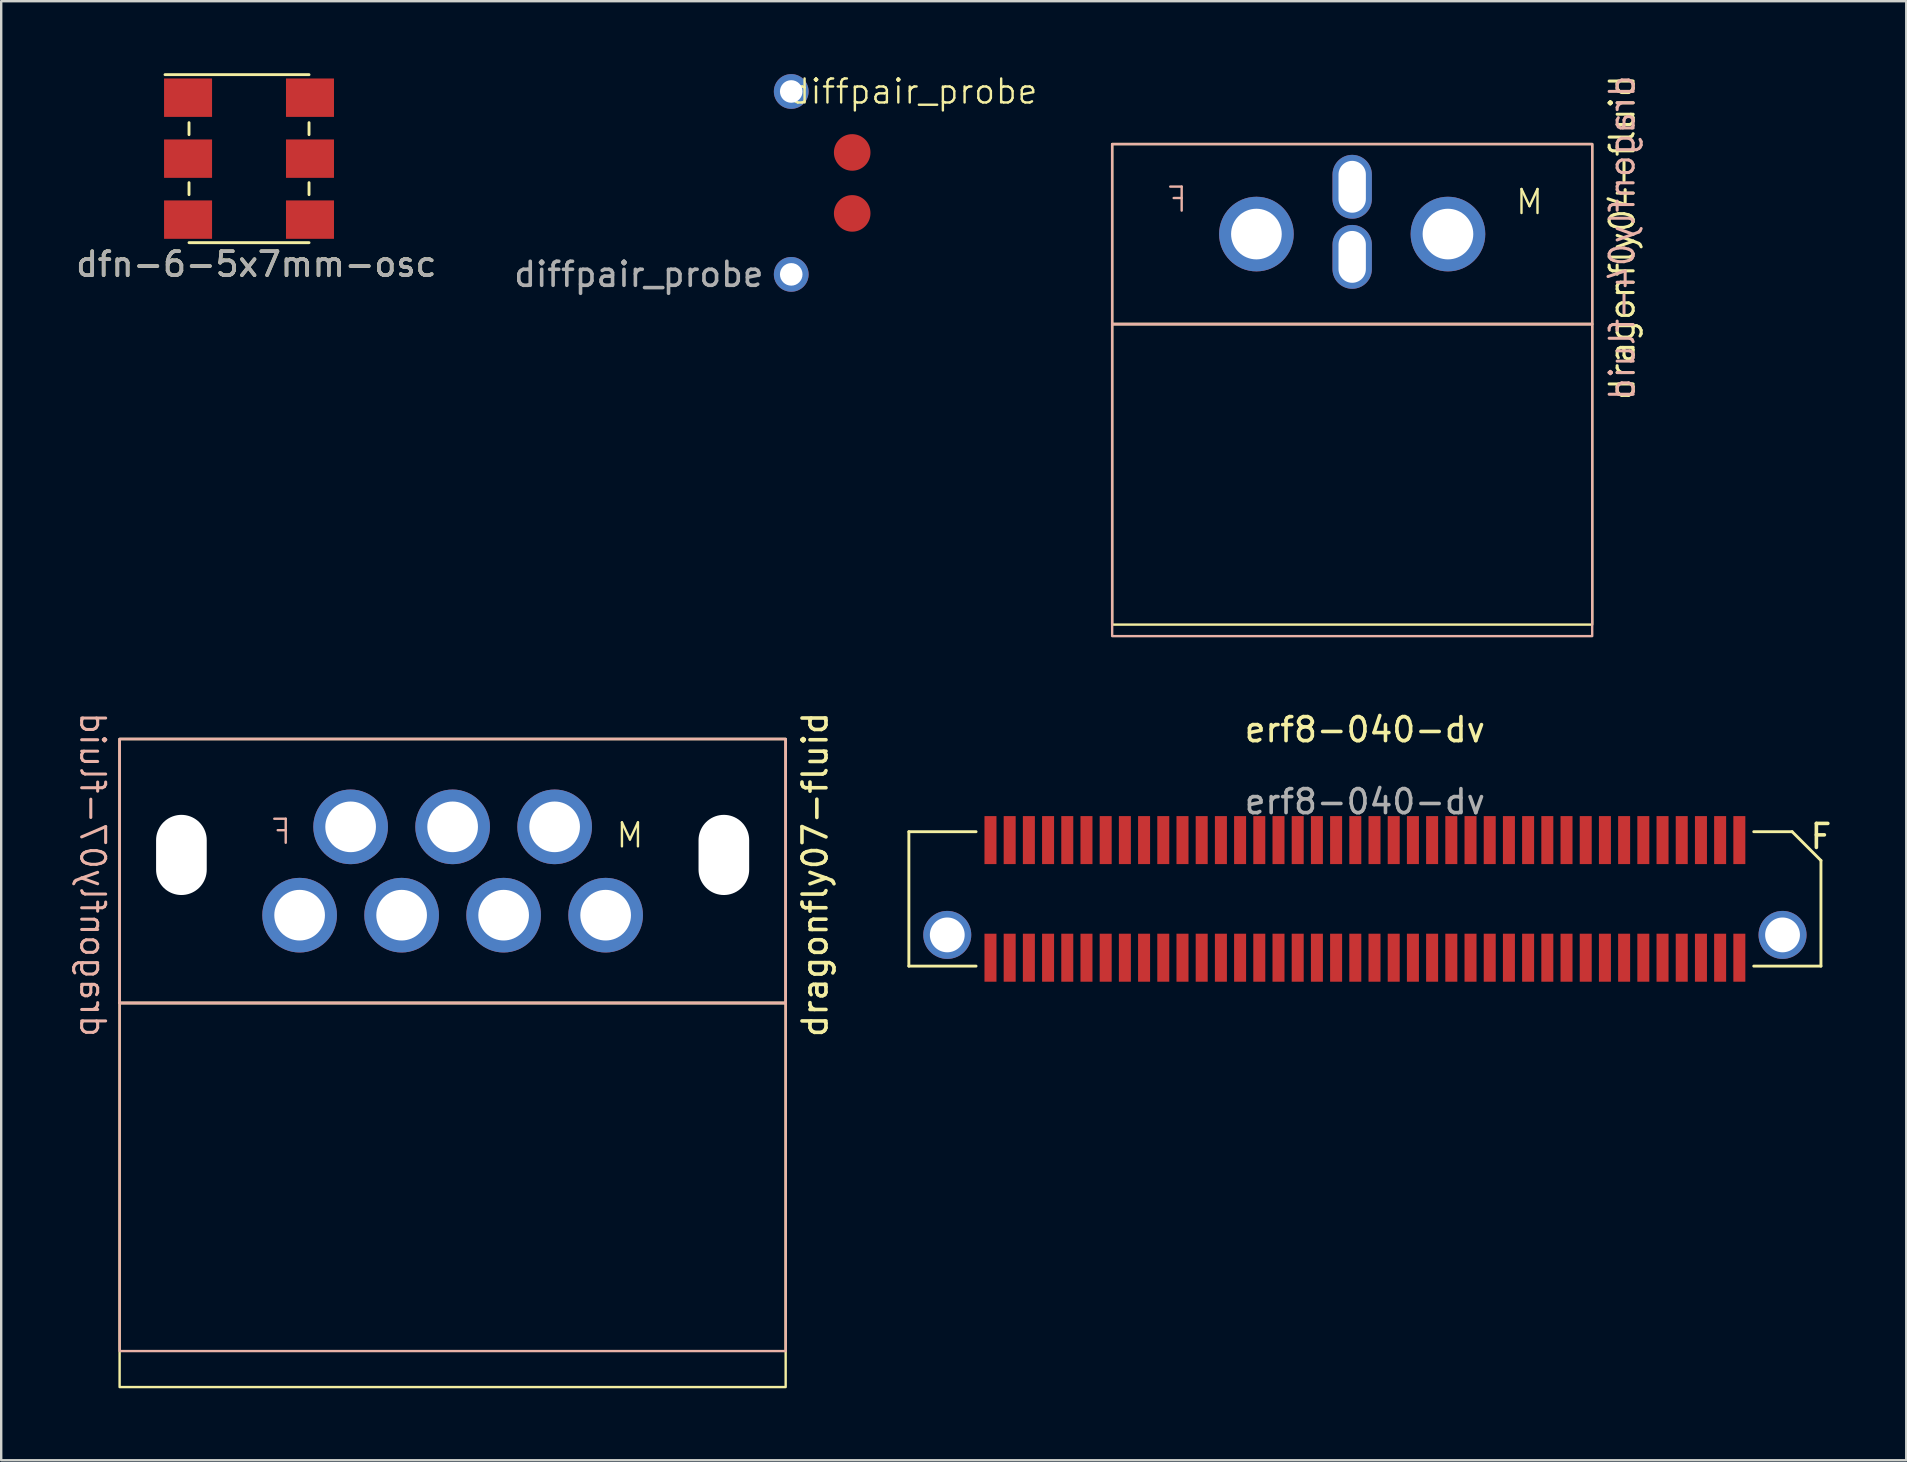
<source format=kicad_pcb>
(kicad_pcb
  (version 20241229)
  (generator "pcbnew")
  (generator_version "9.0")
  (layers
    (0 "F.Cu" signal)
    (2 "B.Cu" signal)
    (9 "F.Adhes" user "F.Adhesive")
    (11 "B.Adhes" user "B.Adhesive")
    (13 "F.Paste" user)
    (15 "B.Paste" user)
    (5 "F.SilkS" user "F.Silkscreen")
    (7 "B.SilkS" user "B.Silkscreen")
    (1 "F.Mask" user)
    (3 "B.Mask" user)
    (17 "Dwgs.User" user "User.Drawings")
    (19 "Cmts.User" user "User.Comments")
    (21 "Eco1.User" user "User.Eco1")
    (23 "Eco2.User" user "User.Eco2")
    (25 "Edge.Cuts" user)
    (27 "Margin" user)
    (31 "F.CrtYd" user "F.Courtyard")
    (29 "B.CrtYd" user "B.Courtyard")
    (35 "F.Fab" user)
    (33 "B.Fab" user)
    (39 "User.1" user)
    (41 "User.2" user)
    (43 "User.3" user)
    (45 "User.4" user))
  (footprint "dfn-6-5x7mm-osc"
    (layer "F.Cu")
    (at 7.325 3.56)
    (property "Reference" "dfn-6-5x7mm-osc" (at 0.3 4.4 0) (unlocked yes) (layer "F.SilkS") (effects (font (size 1 1) (thickness 0.15))))
    (attr smd)
    (fp_line (start -2.5 -1.5) (end -2.5 -1) (stroke (width 0.12) (type solid)) (layer "F.SilkS"))
    (fp_line (start -2.5 1) (end -2.5 1.5) (stroke (width 0.12) (type solid)) (layer "F.SilkS"))
    (fp_line (start -2.5 3.5) (end 2.5 3.5) (stroke (width 0.12) (type solid)) (layer "F.SilkS"))
    (fp_line (start 2.5 -3.5) (end -3.5 -3.5) (stroke (width 0.12) (type solid)) (layer "F.SilkS"))
    (fp_line (start 2.5 -1) (end 2.5 -1.5) (stroke (width 0.12) (type solid)) (layer "F.SilkS"))
    (fp_line (start 2.5 1.5) (end 2.5 1) (stroke (width 0.12) (type solid)) (layer "F.SilkS"))
    (fp_text user "${REFERENCE}" (at 0.3 4.4 0) (unlocked yes) (layer "F.Fab") (effects (font (size 1 1) (thickness 0.15))))
    (pad "1" smd rect (at -2.54 -2.54) (size 2 1.6) (layers "F.Cu" "F.Mask" "F.Paste"))
    (pad "2" smd rect (at -2.54 0) (size 2 1.6) (layers "F.Cu" "F.Mask" "F.Paste"))
    (pad "3" smd rect (at -2.54 2.54) (size 2 1.6) (layers "F.Cu" "F.Mask" "F.Paste"))
    (pad "4" smd rect (at 2.54 2.54) (size 2 1.6) (layers "F.Cu" "F.Mask" "F.Paste"))
    (pad "5" smd rect (at 2.54 0) (size 2 1.6) (layers "F.Cu" "F.Mask" "F.Paste"))
    (pad "6" smd rect (at 2.54 -2.54) (size 2 1.6) (layers "F.Cu" "F.Mask" "F.Paste")))
  (footprint "dragonfly07-fluid"
    (layer "F.Cu")
    (at 15.808 33.239)
    (property "Reference" "dragonfly07-fluid" (at -15 0.15 270) (unlocked yes) (layer "B.SilkS") (effects (font (size 1 1) (thickness 0.127)) (justify mirror)))
    (attr through_hole)
    (fp_rect (start -13.875 -5.5) (end 13.875 5.5) (stroke (width 0.1) (type default)) (fill no) (layer "F.SilkS"))
    (fp_rect (start -13.875 5.5) (end 13.875 21.5) (stroke (width 0.1) (type default)) (fill no) (layer "F.SilkS"))
    (fp_rect (start -13.875 -5.5) (end 13.875 5.5) (stroke (width 0.1) (type default)) (fill no) (layer "B.SilkS"))
    (fp_rect (start -13.875 -5.5) (end 13.875 5.5) (stroke (width 0.1) (type default)) (fill no) (layer "B.SilkS"))
    (fp_rect (start -13.875 5.5) (end 13.875 20) (stroke (width 0.1) (type default)) (fill no) (layer "B.SilkS"))
    (fp_text user "M" (at 6.75 -0.9 0) (unlocked yes) (layer "F.SilkS") (effects (font (size 1 1) (thickness 0.1)) (justify left bottom)))
    (fp_text user "${REFERENCE}" (at 15.1 0.15 90) (unlocked yes) (layer "F.SilkS") (effects (font (size 1 1) (thickness 0.15))))
    (fp_text user "F" (at -6.65 -1.05 0) (unlocked yes) (layer "B.SilkS") (effects (font (size 1 1) (thickness 0.1)) (justify left bottom mirror)))
    (pad "" np_thru_hole oval (at -11.3 -0.67) (size 2.11 3.34) (drill oval 2.11 3.34) (layers "*.Cu" "*.Mask"))
    (pad "" np_thru_hole oval (at 11.3 -0.67) (size 2.11 3.34) (drill oval 2.11 3.34) (layers "*.Cu" "*.Mask"))
    (pad "1" thru_hole circle (at -4.25 -1.84) (size 3.11 3.11) (drill 2.11) (layers "*.Cu" "*.Mask"))
    (pad "2" thru_hole circle (at -6.375 1.84) (size 3.11 3.11) (drill 2.11) (layers "*.Cu" "*.Mask"))
    (pad "3" thru_hole circle (at 0 -1.84) (size 3.11 3.11) (drill 2.11) (layers "*.Cu" "*.Mask"))
    (pad "4" thru_hole circle (at -2.125 1.84) (size 3.11 3.11) (drill 2.11) (layers "*.Cu" "*.Mask"))
    (pad "5" thru_hole circle (at 4.25 -1.84) (size 3.11 3.11) (drill 2.11) (layers "*.Cu" "*.Mask"))
    (pad "6" thru_hole circle (at 2.125 1.84) (size 3.11 3.11) (drill 2.11) (layers "*.Cu" "*.Mask"))
    (pad "7" thru_hole circle (at 6.375 1.84) (size 3.11 3.11) (drill 2.11) (layers "*.Cu" "*.Mask")))
  (footprint "erf8-040-dv"
    (layer "F.Cu")
    (at 53.816 34.401)
    (property "Reference" "erf8-040-dv" (at 0 -7.05 0) (unlocked yes) (layer "F.SilkS") (effects (font (size 1 1) (thickness 0.15))))
    (attr smd)
    (fp_line (start -19 -2.8) (end -16.2 -2.8) (stroke (width 0.12) (type solid)) (layer "F.SilkS"))
    (fp_line (start -19 2.8) (end -19 -2.8) (stroke (width 0.12) (type solid)) (layer "F.SilkS"))
    (fp_line (start -16.2 2.8) (end -19 2.8) (stroke (width 0.12) (type solid)) (layer "F.SilkS"))
    (fp_line (start 16.2 -2.8) (end 17.8 -2.8) (stroke (width 0.12) (type solid)) (layer "F.SilkS"))
    (fp_line (start 16.2 2.8) (end 19 2.8) (stroke (width 0.12) (type solid)) (layer "F.SilkS"))
    (fp_line (start 17.8 -2.8) (end 19 -1.6) (stroke (width 0.12) (type solid)) (layer "F.SilkS"))
    (fp_line (start 19 -1.6) (end 19 2.8) (stroke (width 0.12) (type solid)) (layer "F.SilkS"))
    (fp_text user "F" (at 19 -2.6 0) (unlocked yes) (layer "F.SilkS") (effects (font (size 1 1) (thickness 0.15))))
    (fp_text user "${REFERENCE}" (at 0 -4.05 0) (unlocked yes) (layer "F.Fab") (effects (font (size 1 1) (thickness 0.15))))
    (pad "1" smd rect (at 15.6 -2.45 270) (size 2 0.5) (layers "F.Cu" "F.Mask" "F.Paste"))
    (pad "2" smd rect (at 15.6 2.45 270) (size 2 0.5) (layers "F.Cu" "F.Mask" "F.Paste"))
    (pad "3" smd rect (at 14.8 -2.45 270) (size 2 0.5) (layers "F.Cu" "F.Mask" "F.Paste"))
    (pad "4" smd rect (at 14.8 2.45 270) (size 2 0.5) (layers "F.Cu" "F.Mask" "F.Paste"))
    (pad "5" smd rect (at 14 -2.45 270) (size 2 0.5) (layers "F.Cu" "F.Mask" "F.Paste"))
    (pad "6" smd rect (at 14 2.45 270) (size 2 0.5) (layers "F.Cu" "F.Mask" "F.Paste"))
    (pad "7" smd rect (at 13.2 -2.45 270) (size 2 0.5) (layers "F.Cu" "F.Mask" "F.Paste"))
    (pad "8" smd rect (at 13.2 2.45 270) (size 2 0.5) (layers "F.Cu" "F.Mask" "F.Paste"))
    (pad "9" smd rect (at 12.4 -2.45 270) (size 2 0.5) (layers "F.Cu" "F.Mask" "F.Paste"))
    (pad "10" smd rect (at 12.4 2.45 270) (size 2 0.5) (layers "F.Cu" "F.Mask" "F.Paste"))
    (pad "11" smd rect (at 11.6 -2.45 270) (size 2 0.5) (layers "F.Cu" "F.Mask" "F.Paste"))
    (pad "12" smd rect (at 11.6 2.45 270) (size 2 0.5) (layers "F.Cu" "F.Mask" "F.Paste"))
    (pad "13" smd rect (at 10.8 -2.45 270) (size 2 0.5) (layers "F.Cu" "F.Mask" "F.Paste"))
    (pad "14" smd rect (at 10.8 2.45 270) (size 2 0.5) (layers "F.Cu" "F.Mask" "F.Paste"))
    (pad "15" smd rect (at 10 -2.45 270) (size 2 0.5) (layers "F.Cu" "F.Mask" "F.Paste"))
    (pad "16" smd rect (at 10 2.45 270) (size 2 0.5) (layers "F.Cu" "F.Mask" "F.Paste"))
    (pad "17" smd rect (at 9.2 -2.45 270) (size 2 0.5) (layers "F.Cu" "F.Mask" "F.Paste"))
    (pad "18" smd rect (at 9.2 2.45 270) (size 2 0.5) (layers "F.Cu" "F.Mask" "F.Paste"))
    (pad "19" smd rect (at 8.4 -2.45 270) (size 2 0.5) (layers "F.Cu" "F.Mask" "F.Paste"))
    (pad "20" smd rect (at 8.4 2.45 270) (size 2 0.5) (layers "F.Cu" "F.Mask" "F.Paste"))
    (pad "21" smd rect (at 7.6 -2.45 270) (size 2 0.5) (layers "F.Cu" "F.Mask" "F.Paste"))
    (pad "22" smd rect (at 7.6 2.45 270) (size 2 0.5) (layers "F.Cu" "F.Mask" "F.Paste"))
    (pad "23" smd rect (at 6.8 -2.45 270) (size 2 0.5) (layers "F.Cu" "F.Mask" "F.Paste"))
    (pad "24" smd rect (at 6.8 2.45 270) (size 2 0.5) (layers "F.Cu" "F.Mask" "F.Paste"))
    (pad "25" smd rect (at 6 -2.45 270) (size 2 0.5) (layers "F.Cu" "F.Mask" "F.Paste"))
    (pad "26" smd rect (at 6 2.45 270) (size 2 0.5) (layers "F.Cu" "F.Mask" "F.Paste"))
    (pad "27" smd rect (at 5.2 -2.45 270) (size 2 0.5) (layers "F.Cu" "F.Mask" "F.Paste"))
    (pad "28" smd rect (at 5.2 2.45 270) (size 2 0.5) (layers "F.Cu" "F.Mask" "F.Paste"))
    (pad "29" smd rect (at 4.4 -2.45 270) (size 2 0.5) (layers "F.Cu" "F.Mask" "F.Paste"))
    (pad "30" smd rect (at 4.4 2.45 270) (size 2 0.5) (layers "F.Cu" "F.Mask" "F.Paste"))
    (pad "31" smd rect (at 3.6 -2.45 270) (size 2 0.5) (layers "F.Cu" "F.Mask" "F.Paste"))
    (pad "32" smd rect (at 3.6 2.45 270) (size 2 0.5) (layers "F.Cu" "F.Mask" "F.Paste"))
    (pad "33" smd rect (at 2.8 -2.45 270) (size 2 0.5) (layers "F.Cu" "F.Mask" "F.Paste"))
    (pad "34" smd rect (at 2.8 2.45 270) (size 2 0.5) (layers "F.Cu" "F.Mask" "F.Paste"))
    (pad "35" smd rect (at 2 -2.45 270) (size 2 0.5) (layers "F.Cu" "F.Mask" "F.Paste"))
    (pad "36" smd rect (at 2 2.45 270) (size 2 0.5) (layers "F.Cu" "F.Mask" "F.Paste"))
    (pad "37" smd rect (at 1.2 -2.45 270) (size 2 0.5) (layers "F.Cu" "F.Mask" "F.Paste"))
    (pad "38" smd rect (at 1.2 2.45 270) (size 2 0.5) (layers "F.Cu" "F.Mask" "F.Paste"))
    (pad "39" smd rect (at 0.4 -2.45 270) (size 2 0.5) (layers "F.Cu" "F.Mask" "F.Paste"))
    (pad "40" smd rect (at 0.4 2.45 270) (size 2 0.5) (layers "F.Cu" "F.Mask" "F.Paste"))
    (pad "41" smd rect (at -0.4 -2.45 270) (size 2 0.5) (layers "F.Cu" "F.Mask" "F.Paste"))
    (pad "42" smd rect (at -0.4 2.45 270) (size 2 0.5) (layers "F.Cu" "F.Mask" "F.Paste"))
    (pad "43" smd rect (at -1.2 -2.45 270) (size 2 0.5) (layers "F.Cu" "F.Mask" "F.Paste"))
    (pad "44" smd rect (at -1.2 2.45 270) (size 2 0.5) (layers "F.Cu" "F.Mask" "F.Paste"))
    (pad "45" smd rect (at -2 -2.45 270) (size 2 0.5) (layers "F.Cu" "F.Mask" "F.Paste"))
    (pad "46" smd rect (at -2 2.45 270) (size 2 0.5) (layers "F.Cu" "F.Mask" "F.Paste"))
    (pad "47" smd rect (at -2.8 -2.45 270) (size 2 0.5) (layers "F.Cu" "F.Mask" "F.Paste"))
    (pad "48" smd rect (at -2.8 2.45 270) (size 2 0.5) (layers "F.Cu" "F.Mask" "F.Paste"))
    (pad "49" smd rect (at -3.6 -2.45 270) (size 2 0.5) (layers "F.Cu" "F.Mask" "F.Paste"))
    (pad "50" smd rect (at -3.6 2.45 270) (size 2 0.5) (layers "F.Cu" "F.Mask" "F.Paste"))
    (pad "51" smd rect (at -4.4 -2.45 270) (size 2 0.5) (layers "F.Cu" "F.Mask" "F.Paste"))
    (pad "52" smd rect (at -4.4 2.45 270) (size 2 0.5) (layers "F.Cu" "F.Mask" "F.Paste"))
    (pad "53" smd rect (at -5.2 -2.45 270) (size 2 0.5) (layers "F.Cu" "F.Mask" "F.Paste"))
    (pad "54" smd rect (at -5.2 2.45 270) (size 2 0.5) (layers "F.Cu" "F.Mask" "F.Paste"))
    (pad "55" smd rect (at -6 -2.45 270) (size 2 0.5) (layers "F.Cu" "F.Mask" "F.Paste"))
    (pad "56" smd rect (at -6 2.45 270) (size 2 0.5) (layers "F.Cu" "F.Mask" "F.Paste"))
    (pad "57" smd rect (at -6.8 -2.45 270) (size 2 0.5) (layers "F.Cu" "F.Mask" "F.Paste"))
    (pad "58" smd rect (at -6.8 2.45 270) (size 2 0.5) (layers "F.Cu" "F.Mask" "F.Paste"))
    (pad "59" smd rect (at -7.6 -2.45 270) (size 2 0.5) (layers "F.Cu" "F.Mask" "F.Paste"))
    (pad "60" smd rect (at -7.6 2.45 270) (size 2 0.5) (layers "F.Cu" "F.Mask" "F.Paste"))
    (pad "61" smd rect (at -8.4 -2.45 270) (size 2 0.5) (layers "F.Cu" "F.Mask" "F.Paste"))
    (pad "62" smd rect (at -8.4 2.45 270) (size 2 0.5) (layers "F.Cu" "F.Mask" "F.Paste"))
    (pad "63" smd rect (at -9.2 -2.45 270) (size 2 0.5) (layers "F.Cu" "F.Mask" "F.Paste"))
    (pad "64" smd rect (at -9.2 2.45 270) (size 2 0.5) (layers "F.Cu" "F.Mask" "F.Paste"))
    (pad "65" smd rect (at -10 -2.45 270) (size 2 0.5) (layers "F.Cu" "F.Mask" "F.Paste"))
    (pad "66" smd rect (at -10 2.45 270) (size 2 0.5) (layers "F.Cu" "F.Mask" "F.Paste"))
    (pad "67" smd rect (at -10.8 -2.45 270) (size 2 0.5) (layers "F.Cu" "F.Mask" "F.Paste"))
    (pad "68" smd rect (at -10.8 2.45 270) (size 2 0.5) (layers "F.Cu" "F.Mask" "F.Paste"))
    (pad "69" smd rect (at -11.6 -2.45 270) (size 2 0.5) (layers "F.Cu" "F.Mask" "F.Paste"))
    (pad "70" smd rect (at -11.6 2.45 270) (size 2 0.5) (layers "F.Cu" "F.Mask" "F.Paste"))
    (pad "71" smd rect (at -12.4 -2.45 270) (size 2 0.5) (layers "F.Cu" "F.Mask" "F.Paste"))
    (pad "72" smd rect (at -12.4 2.45 270) (size 2 0.5) (layers "F.Cu" "F.Mask" "F.Paste"))
    (pad "73" smd rect (at -13.2 -2.45 270) (size 2 0.5) (layers "F.Cu" "F.Mask" "F.Paste"))
    (pad "74" smd rect (at -13.2 2.45 270) (size 2 0.5) (layers "F.Cu" "F.Mask" "F.Paste"))
    (pad "75" smd rect (at -14 -2.45 270) (size 2 0.5) (layers "F.Cu" "F.Mask" "F.Paste"))
    (pad "76" smd rect (at -14 2.45 270) (size 2 0.5) (layers "F.Cu" "F.Mask" "F.Paste"))
    (pad "77" smd rect (at -14.8 -2.45 270) (size 2 0.5) (layers "F.Cu" "F.Mask" "F.Paste"))
    (pad "78" smd rect (at -14.8 2.45 270) (size 2 0.5) (layers "F.Cu" "F.Mask" "F.Paste"))
    (pad "79" smd rect (at -15.6 -2.45 270) (size 2 0.5) (layers "F.Cu" "F.Mask" "F.Paste"))
    (pad "80" smd rect (at -15.6 2.45 270) (size 2 0.5) (layers "F.Cu" "F.Mask" "F.Paste"))
    (pad "G1" thru_hole circle (at -17.4 1.5 90) (size 2 2) (drill 1.45) (layers "*.Cu" "*.Mask"))
    (pad "G2" thru_hole circle (at 17.4 1.5 90) (size 2 2) (drill 1.45) (layers "*.Cu" "*.Mask")))
  (footprint "diffpair_probe"
    (layer "F.Cu")
    (at 29.915 4.571)
    (property "Reference" "diffpair_probe" (at 5.08 -3.81 0) (unlocked yes) (layer "F.SilkS") (effects (font (size 1 1) (thickness 0.1))))
    (attr through_hole)
    (fp_text user "${REFERENCE}" (at -6.35 3.81 0) (unlocked yes) (layer "F.Fab") (effects (font (size 1 1) (thickness 0.15))))
    (pad "1" thru_hole circle (at 0 -3.81) (size 1.448 1.448) (drill 0.94) (layers "*.Cu" "*.Mask"))
    (pad "2" smd circle (at 2.54 -1.27) (size 1.524 1.524) (layers "F.Cu" "F.Mask" "F.Paste"))
    (pad "3" smd circle (at 2.54 1.27) (size 1.524 1.524) (layers "F.Cu" "F.Mask" "F.Paste"))
    (pad "4" thru_hole circle (at 0 3.81) (size 1.448 1.448) (drill 0.94) (layers "*.Cu" "*.Mask")))
  (footprint "dragonfly04-fluid"
    (layer "F.Cu")
    (at 53.286 6.702)
    (property "Reference" "dragonfly04-fluid" (at 11.25 0.15 90) (unlocked yes) (layer "B.SilkS") (effects (font (size 1 1) (thickness 0.127)) (justify mirror)))
    (attr through_hole)
    (fp_rect (start -10 -3.75) (end 10 3.75) (stroke (width 0.1) (type default)) (fill no) (layer "F.SilkS"))
    (fp_rect (start -10 16.27) (end 10 3.75) (stroke (width 0.1) (type default)) (fill no) (layer "F.SilkS"))
    (fp_rect (start -10 -3.75) (end 10 3.75) (stroke (width 0.1) (type default)) (fill no) (layer "B.SilkS"))
    (fp_rect (start -10 16.75) (end 10 3.75) (stroke (width 0.1) (type default)) (fill no) (layer "B.SilkS"))
    (fp_circle (center 0 -2.32) (end 0.45 -2.32) (stroke (width 0.1) (type default)) (fill no) (layer "User.1"))
    (fp_circle (center 0 -1.3) (end 0.45 -1.3) (stroke (width 0.1) (type default)) (fill no) (layer "User.1"))
    (fp_circle (center 0 0.28) (end 0.45 0.28) (stroke (width 0.1) (type default)) (fill no) (layer "User.1"))
    (fp_circle (center 0 1.3) (end 0.45 1.3) (stroke (width 0.1) (type default)) (fill no) (layer "User.1"))
    (fp_text user "${REFERENCE}" (at 11.25 0.15 90) (unlocked yes) (layer "F.SilkS") (effects (font (size 1 1) (thickness 0.127))))
    (fp_text user "M" (at 6.75 -0.75 0) (unlocked yes) (layer "F.SilkS") (effects (font (size 1 1) (thickness 0.1)) (justify left bottom)))
    (fp_text user "F" (at -6.8 -0.85 0) (unlocked yes) (layer "B.SilkS") (effects (font (size 1 1) (thickness 0.1)) (justify left bottom mirror)))
    (pad "1" thru_hole circle (at 3.99 0) (size 3.11 3.11) (drill 2.11) (layers "*.Cu" "*.Mask"))
    (pad "2" thru_hole oval (at 0 -1.97) (size 1.64 2.66) (drill oval 1.14 2.16) (layers "*.Cu" "*.Mask"))
    (pad "3" thru_hole oval (at 0 0.95) (size 1.64 2.66) (drill oval 1.14 2.16) (layers "*.Cu" "*.Mask"))
    (pad "4" thru_hole circle (at -3.99 0) (size 3.11 3.11) (drill 2.11) (layers "*.Cu" "*.Mask")))
  (gr_rect
    (start -3 -3)
    (end 76.37 57.789)
    (stroke (width 0.1) (type default))
    (fill no)
    (layer "Edge.Cuts")))
</source>
